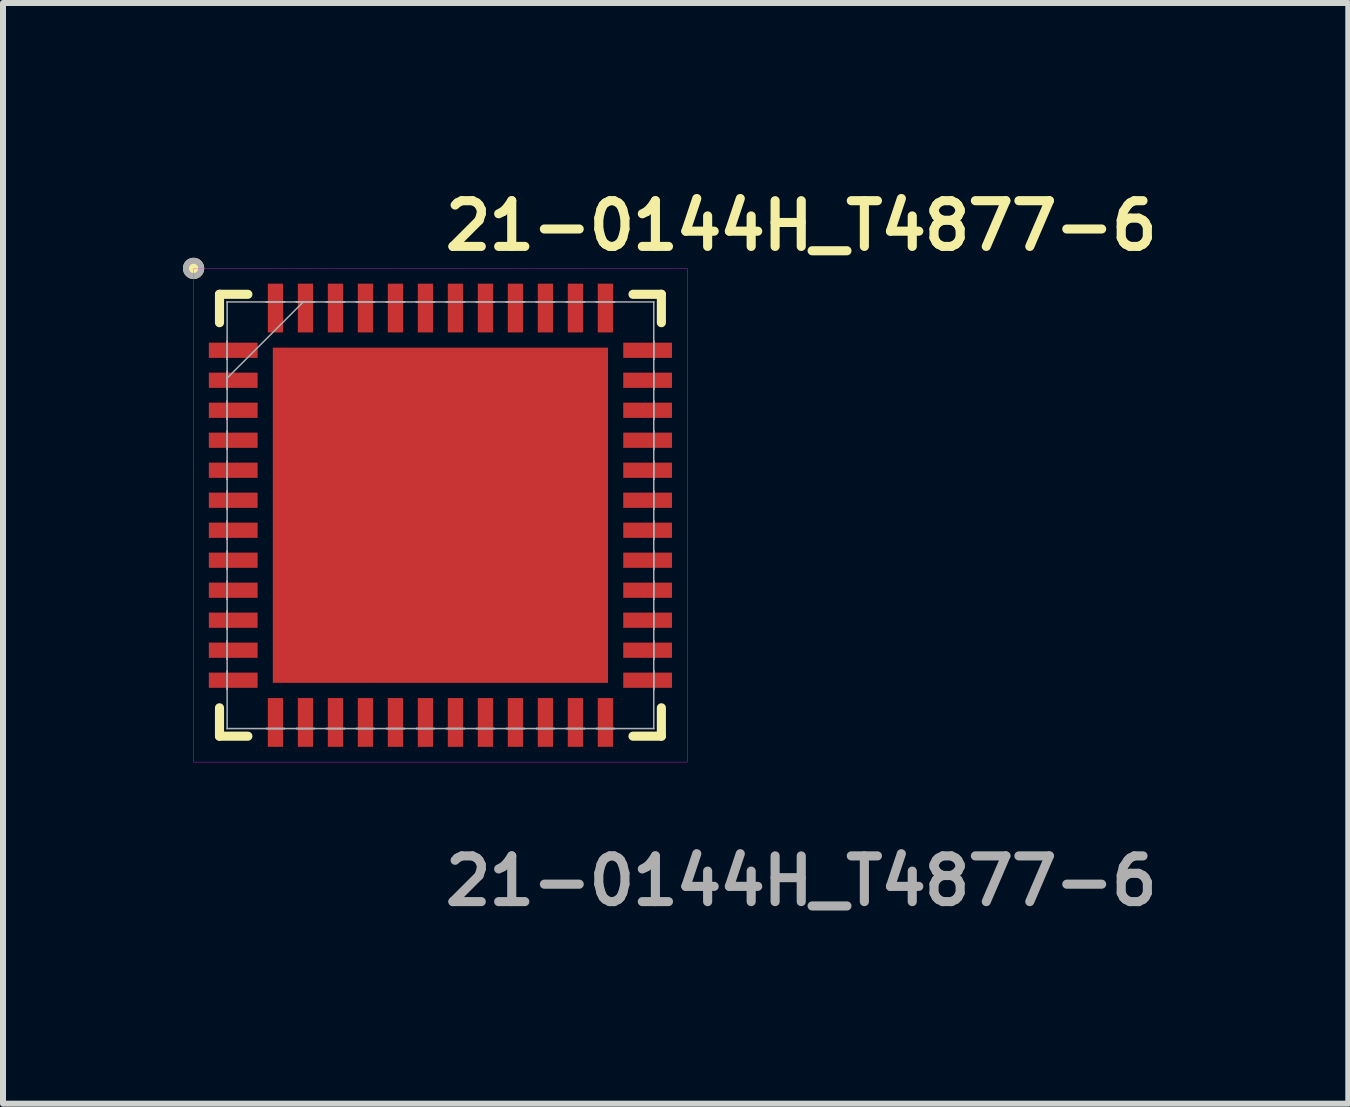
<source format=kicad_pcb>
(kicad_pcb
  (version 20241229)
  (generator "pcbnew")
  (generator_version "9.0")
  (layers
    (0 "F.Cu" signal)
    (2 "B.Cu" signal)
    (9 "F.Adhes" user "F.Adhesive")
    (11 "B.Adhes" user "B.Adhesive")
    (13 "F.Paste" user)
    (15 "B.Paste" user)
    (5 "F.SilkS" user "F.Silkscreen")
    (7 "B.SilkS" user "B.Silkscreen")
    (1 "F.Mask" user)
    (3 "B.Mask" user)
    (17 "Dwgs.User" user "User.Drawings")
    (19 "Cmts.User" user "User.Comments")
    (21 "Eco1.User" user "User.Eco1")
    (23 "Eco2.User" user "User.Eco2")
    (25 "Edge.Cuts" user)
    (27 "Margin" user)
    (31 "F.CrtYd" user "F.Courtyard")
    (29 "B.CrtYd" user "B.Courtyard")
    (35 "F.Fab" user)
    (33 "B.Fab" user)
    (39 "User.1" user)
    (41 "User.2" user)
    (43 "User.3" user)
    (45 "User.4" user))
  (footprint "21-0144H_T4877-6"
    (layer "F.Cu")
    (at 4.292 5.539)
    (property "Reference" "21-0144H_T4877-6" (at 0 -4.826 0) (unlocked yes) (layer "F.SilkS") (effects (font (size 0.762 0.762) (thickness 0.152) (bold yes)) (justify left)))
    (attr smd)
    (fp_line (start -3.683 -3.683) (end -3.683 -3.21) (stroke (width 0.152) (type solid)) (layer "F.SilkS"))
    (fp_line (start -3.683 3.21) (end -3.683 3.683) (stroke (width 0.152) (type solid)) (layer "F.SilkS"))
    (fp_line (start -3.683 3.683) (end -3.21 3.683) (stroke (width 0.152) (type solid)) (layer "F.SilkS"))
    (fp_line (start -3.21 -3.683) (end -3.683 -3.683) (stroke (width 0.152) (type solid)) (layer "F.SilkS"))
    (fp_line (start 3.21 3.683) (end 3.683 3.683) (stroke (width 0.152) (type solid)) (layer "F.SilkS"))
    (fp_line (start 3.683 -3.683) (end 3.21 -3.683) (stroke (width 0.152) (type solid)) (layer "F.SilkS"))
    (fp_line (start 3.683 -3.21) (end 3.683 -3.683) (stroke (width 0.152) (type solid)) (layer "F.SilkS"))
    (fp_line (start 3.683 3.683) (end 3.683 3.21) (stroke (width 0.152) (type solid)) (layer "F.SilkS"))
    (fp_circle (center -4.115 -4.115) (end -3.988 -4.115) (stroke (width 0.1) (type solid)) (fill yes) (layer "F.SilkS"))
    (fp_poly (pts (xy -2.694 -2.694) (xy -2.694 -1.497) (xy -1.497 -1.497) (xy -1.497 -2.694)) (stroke (width 0) (type solid)) (fill yes) (layer "F.Paste"))
    (fp_poly (pts (xy -2.694 -1.297) (xy -2.694 -0.1) (xy -1.497 -0.1) (xy -1.497 -1.297)) (stroke (width 0) (type solid)) (fill yes) (layer "F.Paste"))
    (fp_poly (pts (xy -2.694 0.1) (xy -2.694 1.297) (xy -1.497 1.297) (xy -1.497 0.1)) (stroke (width 0) (type solid)) (fill yes) (layer "F.Paste"))
    (fp_poly (pts (xy -2.694 1.497) (xy -2.694 2.694) (xy -1.497 2.694) (xy -1.497 1.497)) (stroke (width 0) (type solid)) (fill yes) (layer "F.Paste"))
    (fp_poly (pts (xy -1.297 -2.694) (xy -1.297 -1.497) (xy -0.1 -1.497) (xy -0.1 -2.694)) (stroke (width 0) (type solid)) (fill yes) (layer "F.Paste"))
    (fp_poly (pts (xy -1.297 -1.297) (xy -1.297 -0.1) (xy -0.1 -0.1) (xy -0.1 -1.297)) (stroke (width 0) (type solid)) (fill yes) (layer "F.Paste"))
    (fp_poly (pts (xy -1.297 0.1) (xy -1.297 1.297) (xy -0.1 1.297) (xy -0.1 0.1)) (stroke (width 0) (type solid)) (fill yes) (layer "F.Paste"))
    (fp_poly (pts (xy -1.297 1.497) (xy -1.297 2.694) (xy -0.1 2.694) (xy -0.1 1.497)) (stroke (width 0) (type solid)) (fill yes) (layer "F.Paste"))
    (fp_poly (pts (xy 0.1 -2.694) (xy 0.1 -1.497) (xy 1.297 -1.497) (xy 1.297 -2.694)) (stroke (width 0) (type solid)) (fill yes) (layer "F.Paste"))
    (fp_poly (pts (xy 0.1 -1.297) (xy 0.1 -0.1) (xy 1.297 -0.1) (xy 1.297 -1.297)) (stroke (width 0) (type solid)) (fill yes) (layer "F.Paste"))
    (fp_poly (pts (xy 0.1 0.1) (xy 0.1 1.297) (xy 1.297 1.297) (xy 1.297 0.1)) (stroke (width 0) (type solid)) (fill yes) (layer "F.Paste"))
    (fp_poly (pts (xy 0.1 1.497) (xy 0.1 2.694) (xy 1.297 2.694) (xy 1.297 1.497)) (stroke (width 0) (type solid)) (fill yes) (layer "F.Paste"))
    (fp_poly (pts (xy 1.497 -2.694) (xy 1.497 -1.497) (xy 2.694 -1.497) (xy 2.694 -2.694)) (stroke (width 0) (type solid)) (fill yes) (layer "F.Paste"))
    (fp_poly (pts (xy 1.497 -1.297) (xy 1.497 -0.1) (xy 2.694 -0.1) (xy 2.694 -1.297)) (stroke (width 0) (type solid)) (fill yes) (layer "F.Paste"))
    (fp_poly (pts (xy 1.497 0.1) (xy 1.497 1.297) (xy 2.694 1.297) (xy 2.694 0.1)) (stroke (width 0) (type solid)) (fill yes) (layer "F.Paste"))
    (fp_poly (pts (xy 1.497 1.497) (xy 1.497 2.694) (xy 2.694 2.694) (xy 2.694 1.497)) (stroke (width 0) (type solid)) (fill yes) (layer "F.Paste"))
    (fp_rect (start -4.115 -4.115) (end 4.115 4.115) (stroke (width 0.006) (type default)) (fill no) (layer "F.CrtYd"))
    (fp_line (start -3.556 -3.556) (end -3.556 -3.556) (stroke (width 0.025) (type solid)) (layer "F.Fab"))
    (fp_line (start -3.556 -3.556) (end -3.556 3.556) (stroke (width 0.025) (type solid)) (layer "F.Fab"))
    (fp_line (start -3.556 -2.902) (end -3.556 -2.902) (stroke (width 0.025) (type solid)) (layer "F.Fab"))
    (fp_line (start -3.556 -2.902) (end -3.556 -2.598) (stroke (width 0.025) (type solid)) (layer "F.Fab"))
    (fp_line (start -3.556 -2.598) (end -3.556 -2.902) (stroke (width 0.025) (type solid)) (layer "F.Fab"))
    (fp_line (start -3.556 -2.598) (end -3.556 -2.598) (stroke (width 0.025) (type solid)) (layer "F.Fab"))
    (fp_line (start -3.556 -2.402) (end -3.556 -2.402) (stroke (width 0.025) (type solid)) (layer "F.Fab"))
    (fp_line (start -3.556 -2.402) (end -3.556 -2.098) (stroke (width 0.025) (type solid)) (layer "F.Fab"))
    (fp_line (start -3.556 -2.286) (end -2.286 -3.556) (stroke (width 0.025) (type solid)) (layer "F.Fab"))
    (fp_line (start -3.556 -2.098) (end -3.556 -2.402) (stroke (width 0.025) (type solid)) (layer "F.Fab"))
    (fp_line (start -3.556 -2.098) (end -3.556 -2.098) (stroke (width 0.025) (type solid)) (layer "F.Fab"))
    (fp_line (start -3.556 -1.902) (end -3.556 -1.902) (stroke (width 0.025) (type solid)) (layer "F.Fab"))
    (fp_line (start -3.556 -1.902) (end -3.556 -1.598) (stroke (width 0.025) (type solid)) (layer "F.Fab"))
    (fp_line (start -3.556 -1.598) (end -3.556 -1.902) (stroke (width 0.025) (type solid)) (layer "F.Fab"))
    (fp_line (start -3.556 -1.598) (end -3.556 -1.598) (stroke (width 0.025) (type solid)) (layer "F.Fab"))
    (fp_line (start -3.556 -1.402) (end -3.556 -1.402) (stroke (width 0.025) (type solid)) (layer "F.Fab"))
    (fp_line (start -3.556 -1.402) (end -3.556 -1.098) (stroke (width 0.025) (type solid)) (layer "F.Fab"))
    (fp_line (start -3.556 -1.098) (end -3.556 -1.402) (stroke (width 0.025) (type solid)) (layer "F.Fab"))
    (fp_line (start -3.556 -1.098) (end -3.556 -1.098) (stroke (width 0.025) (type solid)) (layer "F.Fab"))
    (fp_line (start -3.556 -0.902) (end -3.556 -0.902) (stroke (width 0.025) (type solid)) (layer "F.Fab"))
    (fp_line (start -3.556 -0.902) (end -3.556 -0.598) (stroke (width 0.025) (type solid)) (layer "F.Fab"))
    (fp_line (start -3.556 -0.598) (end -3.556 -0.902) (stroke (width 0.025) (type solid)) (layer "F.Fab"))
    (fp_line (start -3.556 -0.598) (end -3.556 -0.598) (stroke (width 0.025) (type solid)) (layer "F.Fab"))
    (fp_line (start -3.556 -0.402) (end -3.556 -0.402) (stroke (width 0.025) (type solid)) (layer "F.Fab"))
    (fp_line (start -3.556 -0.402) (end -3.556 -0.098) (stroke (width 0.025) (type solid)) (layer "F.Fab"))
    (fp_line (start -3.556 -0.098) (end -3.556 -0.402) (stroke (width 0.025) (type solid)) (layer "F.Fab"))
    (fp_line (start -3.556 -0.098) (end -3.556 -0.098) (stroke (width 0.025) (type solid)) (layer "F.Fab"))
    (fp_line (start -3.556 0.098) (end -3.556 0.098) (stroke (width 0.025) (type solid)) (layer "F.Fab"))
    (fp_line (start -3.556 0.098) (end -3.556 0.402) (stroke (width 0.025) (type solid)) (layer "F.Fab"))
    (fp_line (start -3.556 0.402) (end -3.556 0.098) (stroke (width 0.025) (type solid)) (layer "F.Fab"))
    (fp_line (start -3.556 0.402) (end -3.556 0.402) (stroke (width 0.025) (type solid)) (layer "F.Fab"))
    (fp_line (start -3.556 0.598) (end -3.556 0.598) (stroke (width 0.025) (type solid)) (layer "F.Fab"))
    (fp_line (start -3.556 0.598) (end -3.556 0.902) (stroke (width 0.025) (type solid)) (layer "F.Fab"))
    (fp_line (start -3.556 0.902) (end -3.556 0.598) (stroke (width 0.025) (type solid)) (layer "F.Fab"))
    (fp_line (start -3.556 0.902) (end -3.556 0.902) (stroke (width 0.025) (type solid)) (layer "F.Fab"))
    (fp_line (start -3.556 1.098) (end -3.556 1.098) (stroke (width 0.025) (type solid)) (layer "F.Fab"))
    (fp_line (start -3.556 1.098) (end -3.556 1.402) (stroke (width 0.025) (type solid)) (layer "F.Fab"))
    (fp_line (start -3.556 1.402) (end -3.556 1.098) (stroke (width 0.025) (type solid)) (layer "F.Fab"))
    (fp_line (start -3.556 1.402) (end -3.556 1.402) (stroke (width 0.025) (type solid)) (layer "F.Fab"))
    (fp_line (start -3.556 1.598) (end -3.556 1.598) (stroke (width 0.025) (type solid)) (layer "F.Fab"))
    (fp_line (start -3.556 1.598) (end -3.556 1.902) (stroke (width 0.025) (type solid)) (layer "F.Fab"))
    (fp_line (start -3.556 1.902) (end -3.556 1.598) (stroke (width 0.025) (type solid)) (layer "F.Fab"))
    (fp_line (start -3.556 1.902) (end -3.556 1.902) (stroke (width 0.025) (type solid)) (layer "F.Fab"))
    (fp_line (start -3.556 2.098) (end -3.556 2.098) (stroke (width 0.025) (type solid)) (layer "F.Fab"))
    (fp_line (start -3.556 2.098) (end -3.556 2.402) (stroke (width 0.025) (type solid)) (layer "F.Fab"))
    (fp_line (start -3.556 2.402) (end -3.556 2.098) (stroke (width 0.025) (type solid)) (layer "F.Fab"))
    (fp_line (start -3.556 2.402) (end -3.556 2.402) (stroke (width 0.025) (type solid)) (layer "F.Fab"))
    (fp_line (start -3.556 2.598) (end -3.556 2.598) (stroke (width 0.025) (type solid)) (layer "F.Fab"))
    (fp_line (start -3.556 2.598) (end -3.556 2.902) (stroke (width 0.025) (type solid)) (layer "F.Fab"))
    (fp_line (start -3.556 2.902) (end -3.556 2.598) (stroke (width 0.025) (type solid)) (layer "F.Fab"))
    (fp_line (start -3.556 2.902) (end -3.556 2.902) (stroke (width 0.025) (type solid)) (layer "F.Fab"))
    (fp_line (start -3.556 3.556) (end -3.556 3.556) (stroke (width 0.025) (type solid)) (layer "F.Fab"))
    (fp_line (start -3.556 3.556) (end 3.556 3.556) (stroke (width 0.025) (type solid)) (layer "F.Fab"))
    (fp_line (start -2.902 -3.556) (end -2.902 -3.556) (stroke (width 0.025) (type solid)) (layer "F.Fab"))
    (fp_line (start -2.902 -3.556) (end -2.598 -3.556) (stroke (width 0.025) (type solid)) (layer "F.Fab"))
    (fp_line (start -2.902 3.556) (end -2.902 3.556) (stroke (width 0.025) (type solid)) (layer "F.Fab"))
    (fp_line (start -2.902 3.556) (end -2.598 3.556) (stroke (width 0.025) (type solid)) (layer "F.Fab"))
    (fp_line (start -2.598 -3.556) (end -2.902 -3.556) (stroke (width 0.025) (type solid)) (layer "F.Fab"))
    (fp_line (start -2.598 -3.556) (end -2.598 -3.556) (stroke (width 0.025) (type solid)) (layer "F.Fab"))
    (fp_line (start -2.598 3.556) (end -2.902 3.556) (stroke (width 0.025) (type solid)) (layer "F.Fab"))
    (fp_line (start -2.598 3.556) (end -2.598 3.556) (stroke (width 0.025) (type solid)) (layer "F.Fab"))
    (fp_line (start -2.402 -3.556) (end -2.402 -3.556) (stroke (width 0.025) (type solid)) (layer "F.Fab"))
    (fp_line (start -2.402 -3.556) (end -2.098 -3.556) (stroke (width 0.025) (type solid)) (layer "F.Fab"))
    (fp_line (start -2.402 3.556) (end -2.402 3.556) (stroke (width 0.025) (type solid)) (layer "F.Fab"))
    (fp_line (start -2.402 3.556) (end -2.098 3.556) (stroke (width 0.025) (type solid)) (layer "F.Fab"))
    (fp_line (start -2.098 -3.556) (end -2.402 -3.556) (stroke (width 0.025) (type solid)) (layer "F.Fab"))
    (fp_line (start -2.098 -3.556) (end -2.098 -3.556) (stroke (width 0.025) (type solid)) (layer "F.Fab"))
    (fp_line (start -2.098 3.556) (end -2.402 3.556) (stroke (width 0.025) (type solid)) (layer "F.Fab"))
    (fp_line (start -2.098 3.556) (end -2.098 3.556) (stroke (width 0.025) (type solid)) (layer "F.Fab"))
    (fp_line (start -1.902 -3.556) (end -1.902 -3.556) (stroke (width 0.025) (type solid)) (layer "F.Fab"))
    (fp_line (start -1.902 -3.556) (end -1.598 -3.556) (stroke (width 0.025) (type solid)) (layer "F.Fab"))
    (fp_line (start -1.902 3.556) (end -1.902 3.556) (stroke (width 0.025) (type solid)) (layer "F.Fab"))
    (fp_line (start -1.902 3.556) (end -1.598 3.556) (stroke (width 0.025) (type solid)) (layer "F.Fab"))
    (fp_line (start -1.598 -3.556) (end -1.902 -3.556) (stroke (width 0.025) (type solid)) (layer "F.Fab"))
    (fp_line (start -1.598 -3.556) (end -1.598 -3.556) (stroke (width 0.025) (type solid)) (layer "F.Fab"))
    (fp_line (start -1.598 3.556) (end -1.902 3.556) (stroke (width 0.025) (type solid)) (layer "F.Fab"))
    (fp_line (start -1.598 3.556) (end -1.598 3.556) (stroke (width 0.025) (type solid)) (layer "F.Fab"))
    (fp_line (start -1.402 -3.556) (end -1.402 -3.556) (stroke (width 0.025) (type solid)) (layer "F.Fab"))
    (fp_line (start -1.402 -3.556) (end -1.098 -3.556) (stroke (width 0.025) (type solid)) (layer "F.Fab"))
    (fp_line (start -1.402 3.556) (end -1.402 3.556) (stroke (width 0.025) (type solid)) (layer "F.Fab"))
    (fp_line (start -1.402 3.556) (end -1.098 3.556) (stroke (width 0.025) (type solid)) (layer "F.Fab"))
    (fp_line (start -1.098 -3.556) (end -1.402 -3.556) (stroke (width 0.025) (type solid)) (layer "F.Fab"))
    (fp_line (start -1.098 -3.556) (end -1.098 -3.556) (stroke (width 0.025) (type solid)) (layer "F.Fab"))
    (fp_line (start -1.098 3.556) (end -1.402 3.556) (stroke (width 0.025) (type solid)) (layer "F.Fab"))
    (fp_line (start -1.098 3.556) (end -1.098 3.556) (stroke (width 0.025) (type solid)) (layer "F.Fab"))
    (fp_line (start -0.902 -3.556) (end -0.902 -3.556) (stroke (width 0.025) (type solid)) (layer "F.Fab"))
    (fp_line (start -0.902 -3.556) (end -0.598 -3.556) (stroke (width 0.025) (type solid)) (layer "F.Fab"))
    (fp_line (start -0.902 3.556) (end -0.902 3.556) (stroke (width 0.025) (type solid)) (layer "F.Fab"))
    (fp_line (start -0.902 3.556) (end -0.598 3.556) (stroke (width 0.025) (type solid)) (layer "F.Fab"))
    (fp_line (start -0.598 -3.556) (end -0.902 -3.556) (stroke (width 0.025) (type solid)) (layer "F.Fab"))
    (fp_line (start -0.598 -3.556) (end -0.598 -3.556) (stroke (width 0.025) (type solid)) (layer "F.Fab"))
    (fp_line (start -0.598 3.556) (end -0.902 3.556) (stroke (width 0.025) (type solid)) (layer "F.Fab"))
    (fp_line (start -0.598 3.556) (end -0.598 3.556) (stroke (width 0.025) (type solid)) (layer "F.Fab"))
    (fp_line (start -0.402 -3.556) (end -0.402 -3.556) (stroke (width 0.025) (type solid)) (layer "F.Fab"))
    (fp_line (start -0.402 -3.556) (end -0.098 -3.556) (stroke (width 0.025) (type solid)) (layer "F.Fab"))
    (fp_line (start -0.402 3.556) (end -0.402 3.556) (stroke (width 0.025) (type solid)) (layer "F.Fab"))
    (fp_line (start -0.402 3.556) (end -0.098 3.556) (stroke (width 0.025) (type solid)) (layer "F.Fab"))
    (fp_line (start -0.098 -3.556) (end -0.402 -3.556) (stroke (width 0.025) (type solid)) (layer "F.Fab"))
    (fp_line (start -0.098 -3.556) (end -0.098 -3.556) (stroke (width 0.025) (type solid)) (layer "F.Fab"))
    (fp_line (start -0.098 3.556) (end -0.402 3.556) (stroke (width 0.025) (type solid)) (layer "F.Fab"))
    (fp_line (start -0.098 3.556) (end -0.098 3.556) (stroke (width 0.025) (type solid)) (layer "F.Fab"))
    (fp_line (start 0.098 -3.556) (end 0.098 -3.556) (stroke (width 0.025) (type solid)) (layer "F.Fab"))
    (fp_line (start 0.098 -3.556) (end 0.402 -3.556) (stroke (width 0.025) (type solid)) (layer "F.Fab"))
    (fp_line (start 0.098 3.556) (end 0.098 3.556) (stroke (width 0.025) (type solid)) (layer "F.Fab"))
    (fp_line (start 0.098 3.556) (end 0.402 3.556) (stroke (width 0.025) (type solid)) (layer "F.Fab"))
    (fp_line (start 0.402 -3.556) (end 0.098 -3.556) (stroke (width 0.025) (type solid)) (layer "F.Fab"))
    (fp_line (start 0.402 -3.556) (end 0.402 -3.556) (stroke (width 0.025) (type solid)) (layer "F.Fab"))
    (fp_line (start 0.402 3.556) (end 0.098 3.556) (stroke (width 0.025) (type solid)) (layer "F.Fab"))
    (fp_line (start 0.402 3.556) (end 0.402 3.556) (stroke (width 0.025) (type solid)) (layer "F.Fab"))
    (fp_line (start 0.598 -3.556) (end 0.598 -3.556) (stroke (width 0.025) (type solid)) (layer "F.Fab"))
    (fp_line (start 0.598 -3.556) (end 0.902 -3.556) (stroke (width 0.025) (type solid)) (layer "F.Fab"))
    (fp_line (start 0.598 3.556) (end 0.598 3.556) (stroke (width 0.025) (type solid)) (layer "F.Fab"))
    (fp_line (start 0.598 3.556) (end 0.902 3.556) (stroke (width 0.025) (type solid)) (layer "F.Fab"))
    (fp_line (start 0.902 -3.556) (end 0.598 -3.556) (stroke (width 0.025) (type solid)) (layer "F.Fab"))
    (fp_line (start 0.902 -3.556) (end 0.902 -3.556) (stroke (width 0.025) (type solid)) (layer "F.Fab"))
    (fp_line (start 0.902 3.556) (end 0.598 3.556) (stroke (width 0.025) (type solid)) (layer "F.Fab"))
    (fp_line (start 0.902 3.556) (end 0.902 3.556) (stroke (width 0.025) (type solid)) (layer "F.Fab"))
    (fp_line (start 1.098 -3.556) (end 1.098 -3.556) (stroke (width 0.025) (type solid)) (layer "F.Fab"))
    (fp_line (start 1.098 -3.556) (end 1.402 -3.556) (stroke (width 0.025) (type solid)) (layer "F.Fab"))
    (fp_line (start 1.098 3.556) (end 1.098 3.556) (stroke (width 0.025) (type solid)) (layer "F.Fab"))
    (fp_line (start 1.098 3.556) (end 1.402 3.556) (stroke (width 0.025) (type solid)) (layer "F.Fab"))
    (fp_line (start 1.402 -3.556) (end 1.098 -3.556) (stroke (width 0.025) (type solid)) (layer "F.Fab"))
    (fp_line (start 1.402 -3.556) (end 1.402 -3.556) (stroke (width 0.025) (type solid)) (layer "F.Fab"))
    (fp_line (start 1.402 3.556) (end 1.098 3.556) (stroke (width 0.025) (type solid)) (layer "F.Fab"))
    (fp_line (start 1.402 3.556) (end 1.402 3.556) (stroke (width 0.025) (type solid)) (layer "F.Fab"))
    (fp_line (start 1.598 -3.556) (end 1.598 -3.556) (stroke (width 0.025) (type solid)) (layer "F.Fab"))
    (fp_line (start 1.598 -3.556) (end 1.902 -3.556) (stroke (width 0.025) (type solid)) (layer "F.Fab"))
    (fp_line (start 1.598 3.556) (end 1.598 3.556) (stroke (width 0.025) (type solid)) (layer "F.Fab"))
    (fp_line (start 1.598 3.556) (end 1.902 3.556) (stroke (width 0.025) (type solid)) (layer "F.Fab"))
    (fp_line (start 1.902 -3.556) (end 1.598 -3.556) (stroke (width 0.025) (type solid)) (layer "F.Fab"))
    (fp_line (start 1.902 -3.556) (end 1.902 -3.556) (stroke (width 0.025) (type solid)) (layer "F.Fab"))
    (fp_line (start 1.902 3.556) (end 1.598 3.556) (stroke (width 0.025) (type solid)) (layer "F.Fab"))
    (fp_line (start 1.902 3.556) (end 1.902 3.556) (stroke (width 0.025) (type solid)) (layer "F.Fab"))
    (fp_line (start 2.098 -3.556) (end 2.098 -3.556) (stroke (width 0.025) (type solid)) (layer "F.Fab"))
    (fp_line (start 2.098 -3.556) (end 2.402 -3.556) (stroke (width 0.025) (type solid)) (layer "F.Fab"))
    (fp_line (start 2.098 3.556) (end 2.098 3.556) (stroke (width 0.025) (type solid)) (layer "F.Fab"))
    (fp_line (start 2.098 3.556) (end 2.402 3.556) (stroke (width 0.025) (type solid)) (layer "F.Fab"))
    (fp_line (start 2.402 -3.556) (end 2.098 -3.556) (stroke (width 0.025) (type solid)) (layer "F.Fab"))
    (fp_line (start 2.402 -3.556) (end 2.402 -3.556) (stroke (width 0.025) (type solid)) (layer "F.Fab"))
    (fp_line (start 2.402 3.556) (end 2.098 3.556) (stroke (width 0.025) (type solid)) (layer "F.Fab"))
    (fp_line (start 2.402 3.556) (end 2.402 3.556) (stroke (width 0.025) (type solid)) (layer "F.Fab"))
    (fp_line (start 2.598 -3.556) (end 2.598 -3.556) (stroke (width 0.025) (type solid)) (layer "F.Fab"))
    (fp_line (start 2.598 -3.556) (end 2.902 -3.556) (stroke (width 0.025) (type solid)) (layer "F.Fab"))
    (fp_line (start 2.598 3.556) (end 2.598 3.556) (stroke (width 0.025) (type solid)) (layer "F.Fab"))
    (fp_line (start 2.598 3.556) (end 2.902 3.556) (stroke (width 0.025) (type solid)) (layer "F.Fab"))
    (fp_line (start 2.902 -3.556) (end 2.598 -3.556) (stroke (width 0.025) (type solid)) (layer "F.Fab"))
    (fp_line (start 2.902 -3.556) (end 2.902 -3.556) (stroke (width 0.025) (type solid)) (layer "F.Fab"))
    (fp_line (start 2.902 3.556) (end 2.598 3.556) (stroke (width 0.025) (type solid)) (layer "F.Fab"))
    (fp_line (start 2.902 3.556) (end 2.902 3.556) (stroke (width 0.025) (type solid)) (layer "F.Fab"))
    (fp_line (start 3.556 -3.556) (end -3.556 -3.556) (stroke (width 0.025) (type solid)) (layer "F.Fab"))
    (fp_line (start 3.556 -3.556) (end 3.556 -3.556) (stroke (width 0.025) (type solid)) (layer "F.Fab"))
    (fp_line (start 3.556 -2.902) (end 3.556 -2.902) (stroke (width 0.025) (type solid)) (layer "F.Fab"))
    (fp_line (start 3.556 -2.902) (end 3.556 -2.598) (stroke (width 0.025) (type solid)) (layer "F.Fab"))
    (fp_line (start 3.556 -2.598) (end 3.556 -2.902) (stroke (width 0.025) (type solid)) (layer "F.Fab"))
    (fp_line (start 3.556 -2.598) (end 3.556 -2.598) (stroke (width 0.025) (type solid)) (layer "F.Fab"))
    (fp_line (start 3.556 -2.402) (end 3.556 -2.402) (stroke (width 0.025) (type solid)) (layer "F.Fab"))
    (fp_line (start 3.556 -2.402) (end 3.556 -2.098) (stroke (width 0.025) (type solid)) (layer "F.Fab"))
    (fp_line (start 3.556 -2.098) (end 3.556 -2.402) (stroke (width 0.025) (type solid)) (layer "F.Fab"))
    (fp_line (start 3.556 -2.098) (end 3.556 -2.098) (stroke (width 0.025) (type solid)) (layer "F.Fab"))
    (fp_line (start 3.556 -1.902) (end 3.556 -1.902) (stroke (width 0.025) (type solid)) (layer "F.Fab"))
    (fp_line (start 3.556 -1.902) (end 3.556 -1.598) (stroke (width 0.025) (type solid)) (layer "F.Fab"))
    (fp_line (start 3.556 -1.598) (end 3.556 -1.902) (stroke (width 0.025) (type solid)) (layer "F.Fab"))
    (fp_line (start 3.556 -1.598) (end 3.556 -1.598) (stroke (width 0.025) (type solid)) (layer "F.Fab"))
    (fp_line (start 3.556 -1.402) (end 3.556 -1.402) (stroke (width 0.025) (type solid)) (layer "F.Fab"))
    (fp_line (start 3.556 -1.402) (end 3.556 -1.098) (stroke (width 0.025) (type solid)) (layer "F.Fab"))
    (fp_line (start 3.556 -1.098) (end 3.556 -1.402) (stroke (width 0.025) (type solid)) (layer "F.Fab"))
    (fp_line (start 3.556 -1.098) (end 3.556 -1.098) (stroke (width 0.025) (type solid)) (layer "F.Fab"))
    (fp_line (start 3.556 -0.902) (end 3.556 -0.902) (stroke (width 0.025) (type solid)) (layer "F.Fab"))
    (fp_line (start 3.556 -0.902) (end 3.556 -0.598) (stroke (width 0.025) (type solid)) (layer "F.Fab"))
    (fp_line (start 3.556 -0.598) (end 3.556 -0.902) (stroke (width 0.025) (type solid)) (layer "F.Fab"))
    (fp_line (start 3.556 -0.598) (end 3.556 -0.598) (stroke (width 0.025) (type solid)) (layer "F.Fab"))
    (fp_line (start 3.556 -0.402) (end 3.556 -0.402) (stroke (width 0.025) (type solid)) (layer "F.Fab"))
    (fp_line (start 3.556 -0.402) (end 3.556 -0.098) (stroke (width 0.025) (type solid)) (layer "F.Fab"))
    (fp_line (start 3.556 -0.098) (end 3.556 -0.402) (stroke (width 0.025) (type solid)) (layer "F.Fab"))
    (fp_line (start 3.556 -0.098) (end 3.556 -0.098) (stroke (width 0.025) (type solid)) (layer "F.Fab"))
    (fp_line (start 3.556 0.098) (end 3.556 0.098) (stroke (width 0.025) (type solid)) (layer "F.Fab"))
    (fp_line (start 3.556 0.098) (end 3.556 0.402) (stroke (width 0.025) (type solid)) (layer "F.Fab"))
    (fp_line (start 3.556 0.402) (end 3.556 0.098) (stroke (width 0.025) (type solid)) (layer "F.Fab"))
    (fp_line (start 3.556 0.402) (end 3.556 0.402) (stroke (width 0.025) (type solid)) (layer "F.Fab"))
    (fp_line (start 3.556 0.598) (end 3.556 0.598) (stroke (width 0.025) (type solid)) (layer "F.Fab"))
    (fp_line (start 3.556 0.598) (end 3.556 0.902) (stroke (width 0.025) (type solid)) (layer "F.Fab"))
    (fp_line (start 3.556 0.902) (end 3.556 0.598) (stroke (width 0.025) (type solid)) (layer "F.Fab"))
    (fp_line (start 3.556 0.902) (end 3.556 0.902) (stroke (width 0.025) (type solid)) (layer "F.Fab"))
    (fp_line (start 3.556 1.098) (end 3.556 1.098) (stroke (width 0.025) (type solid)) (layer "F.Fab"))
    (fp_line (start 3.556 1.098) (end 3.556 1.402) (stroke (width 0.025) (type solid)) (layer "F.Fab"))
    (fp_line (start 3.556 1.402) (end 3.556 1.098) (stroke (width 0.025) (type solid)) (layer "F.Fab"))
    (fp_line (start 3.556 1.402) (end 3.556 1.402) (stroke (width 0.025) (type solid)) (layer "F.Fab"))
    (fp_line (start 3.556 1.598) (end 3.556 1.598) (stroke (width 0.025) (type solid)) (layer "F.Fab"))
    (fp_line (start 3.556 1.598) (end 3.556 1.902) (stroke (width 0.025) (type solid)) (layer "F.Fab"))
    (fp_line (start 3.556 1.902) (end 3.556 1.598) (stroke (width 0.025) (type solid)) (layer "F.Fab"))
    (fp_line (start 3.556 1.902) (end 3.556 1.902) (stroke (width 0.025) (type solid)) (layer "F.Fab"))
    (fp_line (start 3.556 2.098) (end 3.556 2.098) (stroke (width 0.025) (type solid)) (layer "F.Fab"))
    (fp_line (start 3.556 2.098) (end 3.556 2.402) (stroke (width 0.025) (type solid)) (layer "F.Fab"))
    (fp_line (start 3.556 2.402) (end 3.556 2.098) (stroke (width 0.025) (type solid)) (layer "F.Fab"))
    (fp_line (start 3.556 2.402) (end 3.556 2.402) (stroke (width 0.025) (type solid)) (layer "F.Fab"))
    (fp_line (start 3.556 2.598) (end 3.556 2.598) (stroke (width 0.025) (type solid)) (layer "F.Fab"))
    (fp_line (start 3.556 2.598) (end 3.556 2.902) (stroke (width 0.025) (type solid)) (layer "F.Fab"))
    (fp_line (start 3.556 2.902) (end 3.556 2.598) (stroke (width 0.025) (type solid)) (layer "F.Fab"))
    (fp_line (start 3.556 2.902) (end 3.556 2.902) (stroke (width 0.025) (type solid)) (layer "F.Fab"))
    (fp_line (start 3.556 3.556) (end 3.556 -3.556) (stroke (width 0.025) (type solid)) (layer "F.Fab"))
    (fp_line (start 3.556 3.556) (end 3.556 3.556) (stroke (width 0.025) (type solid)) (layer "F.Fab"))
    (fp_circle (center -4.115 -4.115) (end -3.988 -4.115) (stroke (width 0.1) (type solid)) (fill no) (layer "F.Fab"))
    (fp_text user "${REFERENCE}" (at 0 6.096 0) (unlocked yes) (layer "F.Fab") (effects (font (size 0.762 0.762) (thickness 0.152) (bold yes)) (justify left)))
    (pad "1" smd rect (at -3.454 -2.75 90) (size 0.254 0.813) (layers "F.Cu" "F.Mask" "F.Paste"))
    (pad "2" smd rect (at -3.454 -2.25 90) (size 0.254 0.813) (layers "F.Cu" "F.Mask" "F.Paste"))
    (pad "3" smd rect (at -3.454 -1.75 90) (size 0.254 0.813) (layers "F.Cu" "F.Mask" "F.Paste"))
    (pad "4" smd rect (at -3.454 -1.25 90) (size 0.254 0.813) (layers "F.Cu" "F.Mask" "F.Paste"))
    (pad "5" smd rect (at -3.454 -0.75 90) (size 0.254 0.813) (layers "F.Cu" "F.Mask" "F.Paste"))
    (pad "6" smd rect (at -3.454 -0.25 90) (size 0.254 0.813) (layers "F.Cu" "F.Mask" "F.Paste"))
    (pad "7" smd rect (at -3.454 0.25 90) (size 0.254 0.813) (layers "F.Cu" "F.Mask" "F.Paste"))
    (pad "8" smd rect (at -3.454 0.75 90) (size 0.254 0.813) (layers "F.Cu" "F.Mask" "F.Paste"))
    (pad "9" smd rect (at -3.454 1.25 90) (size 0.254 0.813) (layers "F.Cu" "F.Mask" "F.Paste"))
    (pad "10" smd rect (at -3.454 1.75 90) (size 0.254 0.813) (layers "F.Cu" "F.Mask" "F.Paste"))
    (pad "11" smd rect (at -3.454 2.25 90) (size 0.254 0.813) (layers "F.Cu" "F.Mask" "F.Paste"))
    (pad "12" smd rect (at -3.454 2.75 90) (size 0.254 0.813) (layers "F.Cu" "F.Mask" "F.Paste"))
    (pad "13" smd rect (at -2.75 3.454) (size 0.254 0.813) (layers "F.Cu" "F.Mask" "F.Paste"))
    (pad "14" smd rect (at -2.25 3.454) (size 0.254 0.813) (layers "F.Cu" "F.Mask" "F.Paste"))
    (pad "15" smd rect (at -1.75 3.454) (size 0.254 0.813) (layers "F.Cu" "F.Mask" "F.Paste"))
    (pad "16" smd rect (at -1.25 3.454) (size 0.254 0.813) (layers "F.Cu" "F.Mask" "F.Paste"))
    (pad "17" smd rect (at -0.75 3.454) (size 0.254 0.813) (layers "F.Cu" "F.Mask" "F.Paste"))
    (pad "18" smd rect (at -0.25 3.454) (size 0.254 0.813) (layers "F.Cu" "F.Mask" "F.Paste"))
    (pad "19" smd rect (at 0.25 3.454) (size 0.254 0.813) (layers "F.Cu" "F.Mask" "F.Paste"))
    (pad "20" smd rect (at 0.75 3.454) (size 0.254 0.813) (layers "F.Cu" "F.Mask" "F.Paste"))
    (pad "21" smd rect (at 1.25 3.454) (size 0.254 0.813) (layers "F.Cu" "F.Mask" "F.Paste"))
    (pad "22" smd rect (at 1.75 3.454) (size 0.254 0.813) (layers "F.Cu" "F.Mask" "F.Paste"))
    (pad "23" smd rect (at 2.25 3.454) (size 0.254 0.813) (layers "F.Cu" "F.Mask" "F.Paste"))
    (pad "24" smd rect (at 2.75 3.454) (size 0.254 0.813) (layers "F.Cu" "F.Mask" "F.Paste"))
    (pad "25" smd rect (at 3.454 2.75 90) (size 0.254 0.813) (layers "F.Cu" "F.Mask" "F.Paste"))
    (pad "26" smd rect (at 3.454 2.25 90) (size 0.254 0.813) (layers "F.Cu" "F.Mask" "F.Paste"))
    (pad "27" smd rect (at 3.454 1.75 90) (size 0.254 0.813) (layers "F.Cu" "F.Mask" "F.Paste"))
    (pad "28" smd rect (at 3.454 1.25 90) (size 0.254 0.813) (layers "F.Cu" "F.Mask" "F.Paste"))
    (pad "29" smd rect (at 3.454 0.75 90) (size 0.254 0.813) (layers "F.Cu" "F.Mask" "F.Paste"))
    (pad "30" smd rect (at 3.454 0.25 90) (size 0.254 0.813) (layers "F.Cu" "F.Mask" "F.Paste"))
    (pad "31" smd rect (at 3.454 -0.25 90) (size 0.254 0.813) (layers "F.Cu" "F.Mask" "F.Paste"))
    (pad "32" smd rect (at 3.454 -0.75 90) (size 0.254 0.813) (layers "F.Cu" "F.Mask" "F.Paste"))
    (pad "33" smd rect (at 3.454 -1.25 90) (size 0.254 0.813) (layers "F.Cu" "F.Mask" "F.Paste"))
    (pad "34" smd rect (at 3.454 -1.75 90) (size 0.254 0.813) (layers "F.Cu" "F.Mask" "F.Paste"))
    (pad "35" smd rect (at 3.454 -2.25 90) (size 0.254 0.813) (layers "F.Cu" "F.Mask" "F.Paste"))
    (pad "36" smd rect (at 3.454 -2.75 90) (size 0.254 0.813) (layers "F.Cu" "F.Mask" "F.Paste"))
    (pad "37" smd rect (at 2.75 -3.454) (size 0.254 0.813) (layers "F.Cu" "F.Mask" "F.Paste"))
    (pad "38" smd rect (at 2.25 -3.454) (size 0.254 0.813) (layers "F.Cu" "F.Mask" "F.Paste"))
    (pad "39" smd rect (at 1.75 -3.454) (size 0.254 0.813) (layers "F.Cu" "F.Mask" "F.Paste"))
    (pad "40" smd rect (at 1.25 -3.454) (size 0.254 0.813) (layers "F.Cu" "F.Mask" "F.Paste"))
    (pad "41" smd rect (at 0.75 -3.454) (size 0.254 0.813) (layers "F.Cu" "F.Mask" "F.Paste"))
    (pad "42" smd rect (at 0.25 -3.454) (size 0.254 0.813) (layers "F.Cu" "F.Mask" "F.Paste"))
    (pad "43" smd rect (at -0.25 -3.454) (size 0.254 0.813) (layers "F.Cu" "F.Mask" "F.Paste"))
    (pad "44" smd rect (at -0.75 -3.454) (size 0.254 0.813) (layers "F.Cu" "F.Mask" "F.Paste"))
    (pad "45" smd rect (at -1.25 -3.454) (size 0.254 0.813) (layers "F.Cu" "F.Mask" "F.Paste"))
    (pad "46" smd rect (at -1.75 -3.454) (size 0.254 0.813) (layers "F.Cu" "F.Mask" "F.Paste"))
    (pad "47" smd rect (at -2.25 -3.454) (size 0.254 0.813) (layers "F.Cu" "F.Mask" "F.Paste"))
    (pad "48" smd rect (at -2.75 -3.454) (size 0.254 0.813) (layers "F.Cu" "F.Mask" "F.Paste"))
    (pad "49" smd rect (at 0 0) (size 5.588 5.588) (layers "F.Cu" "F.Mask" "F.Paste")))
  (gr_rect
    (start -3 -3)
    (end 19.426 15.348)
    (stroke (width 0.1) (type default))
    (fill no)
    (layer "Edge.Cuts")))
</source>
